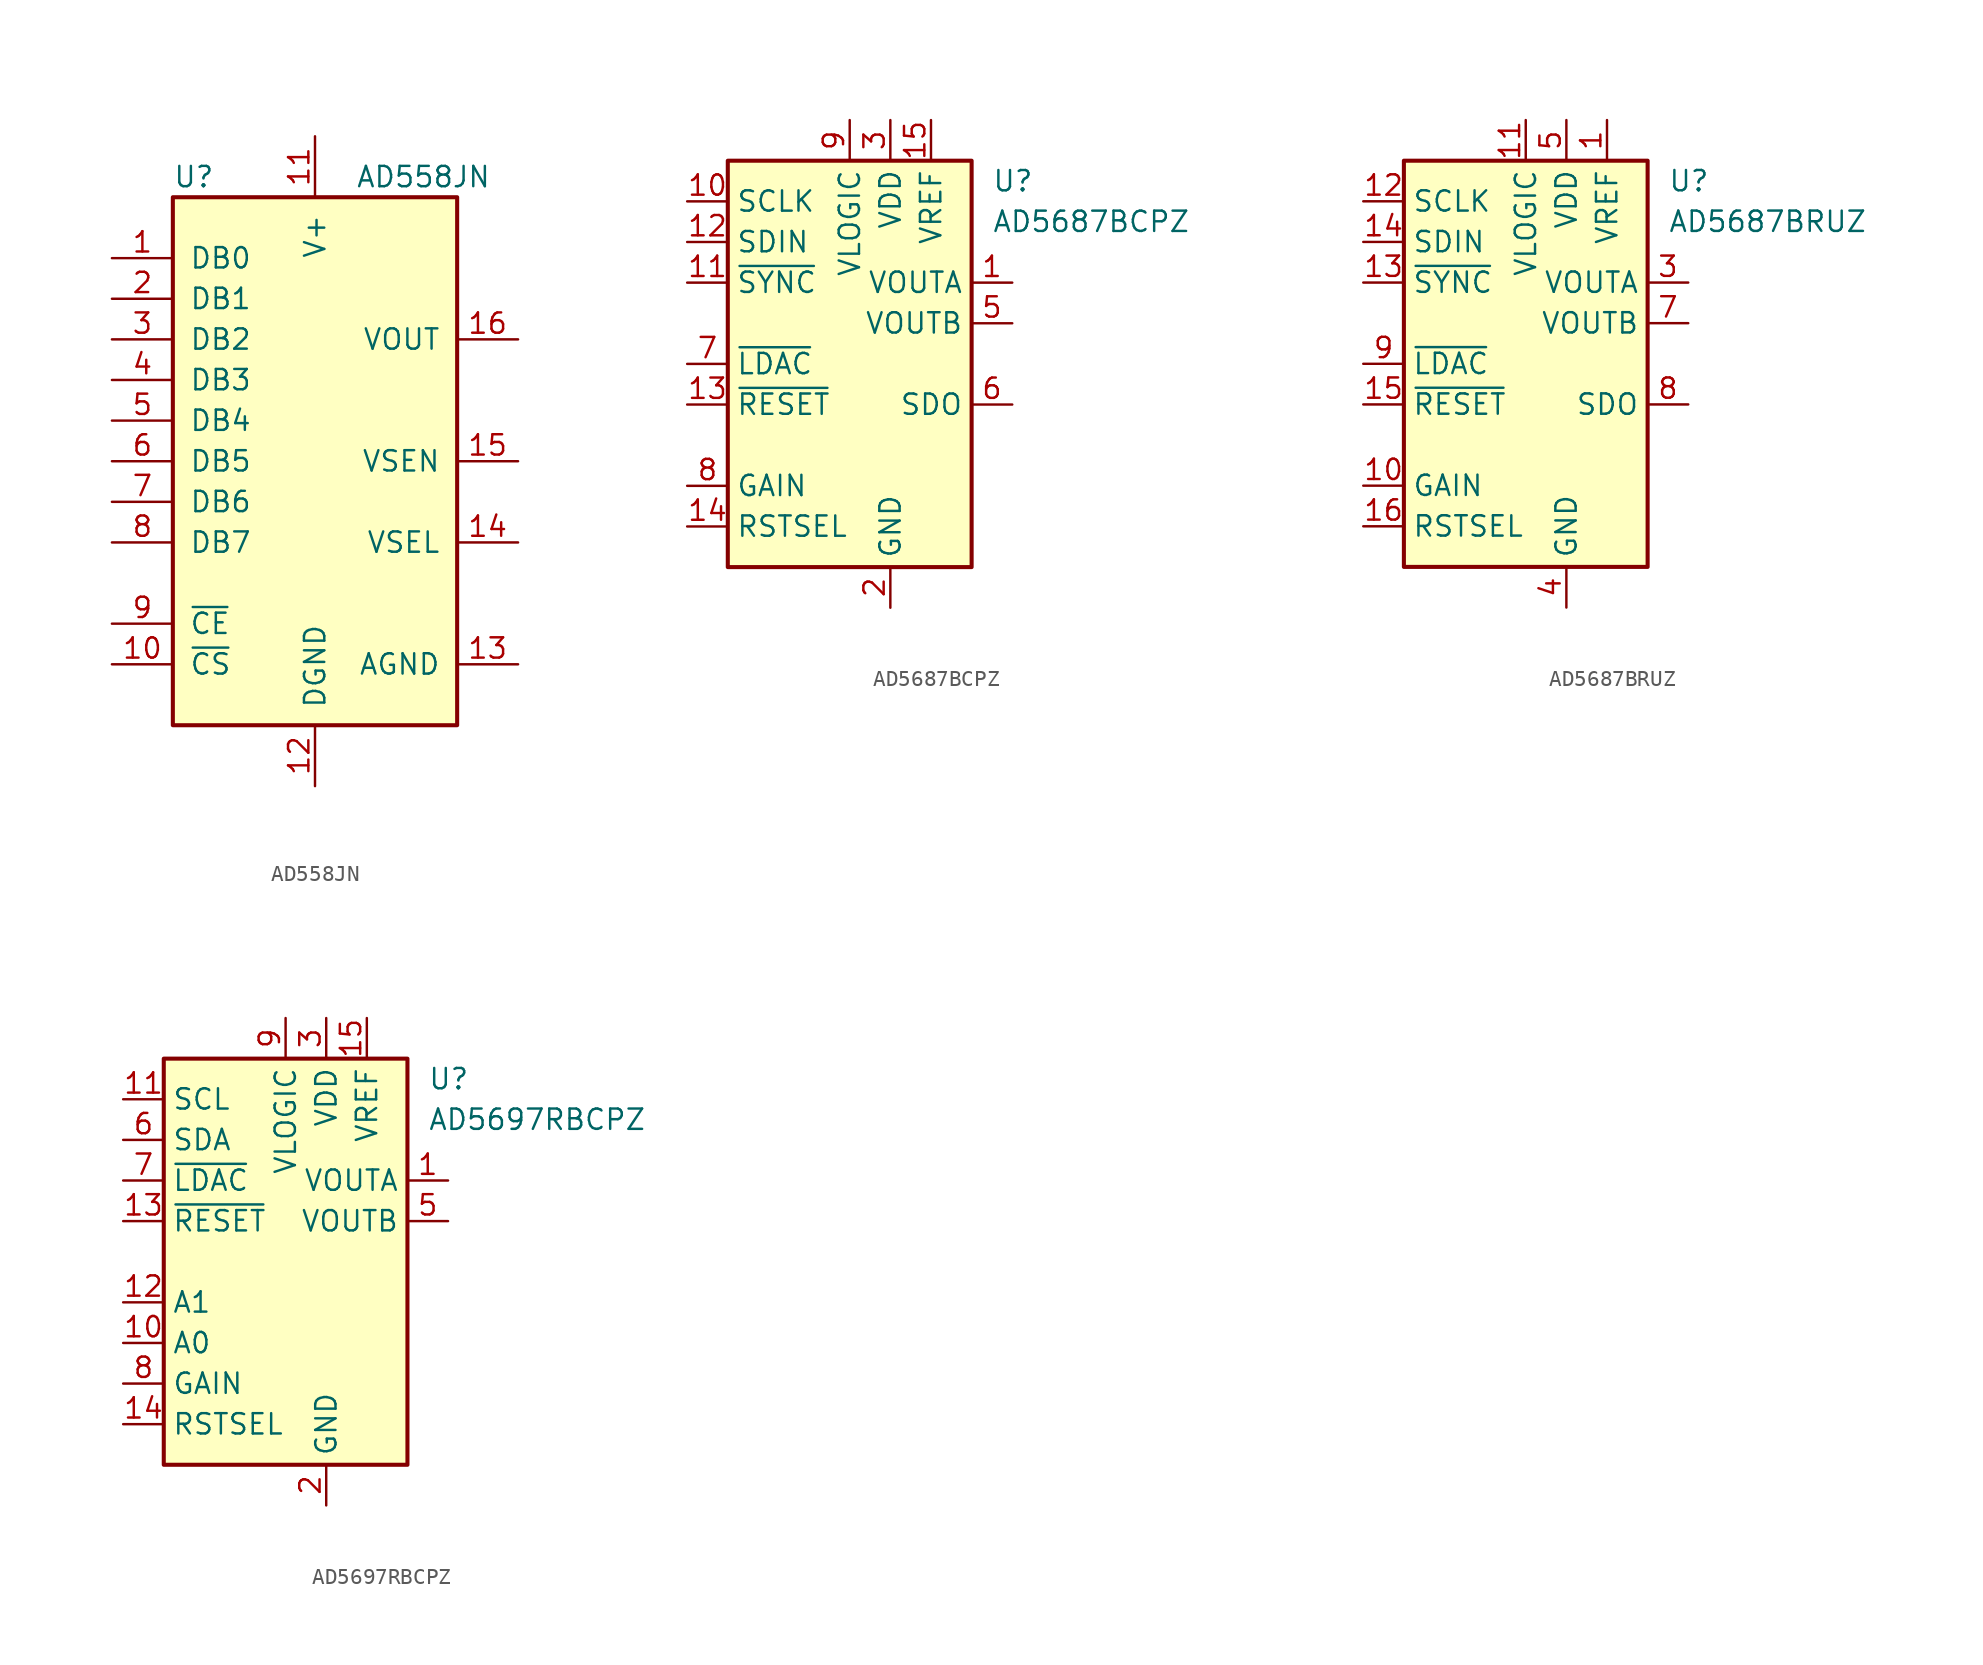
<source format=kicad_sym>
(kicad_symbol_lib
  (version 20200908)
  (generator kicad_symbol_editor)
  (symbol "Analog_DAC:AD558JN"
    (pin_names
      (offset 1.016))
    (property "Reference" "U"
      (at -8.89 17.78 0)
      (effects (font (size 1.27 1.27)) (justify left)))
    (property "Value" "AD558JN"
      (at 2.54 17.78 0)
      (effects (font (size 1.27 1.27)) (justify left)))
    (symbol "AD558JN_0_1"
      (rectangle (start -8.89 -16.51) (end 8.89 16.51) (stroke (width 0.254)) (fill (type background))))
    (symbol "AD558JN_1_1"
      (pin input line (at -12.7 12.7 0) (length 3.81) (name "DB0" (effects (font (size 1.27 1.27)))) (number "1" (effects (font (size 1.27 1.27)))))
      (pin input line (at -12.7 -12.7 0) (length 3.81) (name "~CS" (effects (font (size 1.27 1.27)))) (number "10" (effects (font (size 1.27 1.27)))))
      (pin power_in line (at 0 20.32 270) (length 3.81) (name "V+" (effects (font (size 1.27 1.27)))) (number "11" (effects (font (size 1.27 1.27)))))
      (pin power_in line (at 0 -20.32 90) (length 3.81) (name "DGND" (effects (font (size 1.27 1.27)))) (number "12" (effects (font (size 1.27 1.27)))))
      (pin power_in line (at 12.7 -12.7 180) (length 3.81) (name "AGND" (effects (font (size 1.27 1.27)))) (number "13" (effects (font (size 1.27 1.27)))))
      (pin input line (at 12.7 -5.08 180) (length 3.81) (name "VSEL" (effects (font (size 1.27 1.27)))) (number "14" (effects (font (size 1.27 1.27)))))
      (pin input line (at 12.7 0 180) (length 3.81) (name "VSEN" (effects (font (size 1.27 1.27)))) (number "15" (effects (font (size 1.27 1.27)))))
      (pin output line (at 12.7 7.62 180) (length 3.81) (name "VOUT" (effects (font (size 1.27 1.27)))) (number "16" (effects (font (size 1.27 1.27)))))
      (pin input line (at -12.7 10.16 0) (length 3.81) (name "DB1" (effects (font (size 1.27 1.27)))) (number "2" (effects (font (size 1.27 1.27)))))
      (pin input line (at -12.7 7.62 0) (length 3.81) (name "DB2" (effects (font (size 1.27 1.27)))) (number "3" (effects (font (size 1.27 1.27)))))
      (pin input line (at -12.7 5.08 0) (length 3.81) (name "DB3" (effects (font (size 1.27 1.27)))) (number "4" (effects (font (size 1.27 1.27)))))
      (pin input line (at -12.7 2.54 0) (length 3.81) (name "DB4" (effects (font (size 1.27 1.27)))) (number "5" (effects (font (size 1.27 1.27)))))
      (pin input line (at -12.7 0 0) (length 3.81) (name "DB5" (effects (font (size 1.27 1.27)))) (number "6" (effects (font (size 1.27 1.27)))))
      (pin input line (at -12.7 -2.54 0) (length 3.81) (name "DB6" (effects (font (size 1.27 1.27)))) (number "7" (effects (font (size 1.27 1.27)))))
      (pin input line (at -12.7 -5.08 0) (length 3.81) (name "DB7" (effects (font (size 1.27 1.27)))) (number "8" (effects (font (size 1.27 1.27)))))
      (pin input line (at -12.7 -10.16 0) (length 3.81) (name "~CE" (effects (font (size 1.27 1.27)))) (number "9" (effects (font (size 1.27 1.27)))))))
  (symbol "Analog_DAC:AD5687BCPZ"
    (property "Reference" "U"
      (at 8.89 11.43 0)
      (effects (font (size 1.27 1.27)) (justify left)))
    (property "Value" "AD5687BCPZ"
      (at 8.89 8.89 0)
      (effects (font (size 1.27 1.27)) (justify left)))
    (symbol "AD5687BCPZ_0_1"
      (rectangle (start -7.62 12.7) (end 7.62 -12.7) (stroke (width 0.254)) (fill (type background))))
    (symbol "AD5687BCPZ_1_1"
      (pin output line (at 10.16 5.08 180) (length 2.54) (name "VOUTA" (effects (font (size 1.27 1.27)))) (number "1" (effects (font (size 1.27 1.27)))))
      (pin input line (at -10.16 10.16 0) (length 2.54) (name "SCLK" (effects (font (size 1.27 1.27)))) (number "10" (effects (font (size 1.27 1.27)))))
      (pin input line (at -10.16 5.08 0) (length 2.54) (name "~SYNC" (effects (font (size 1.27 1.27)))) (number "11" (effects (font (size 1.27 1.27)))))
      (pin input line (at -10.16 7.62 0) (length 2.54) (name "SDIN" (effects (font (size 1.27 1.27)))) (number "12" (effects (font (size 1.27 1.27)))))
      (pin input line (at -10.16 -2.54 0) (length 2.54) (name "~RESET" (effects (font (size 1.27 1.27)))) (number "13" (effects (font (size 1.27 1.27)))))
      (pin input line (at -10.16 -10.16 0) (length 2.54) (name "RSTSEL" (effects (font (size 1.27 1.27)))) (number "14" (effects (font (size 1.27 1.27)))))
      (pin power_in line (at 5.08 15.24 270) (length 2.54) (name "VREF" (effects (font (size 1.27 1.27)))) (number "15" (effects (font (size 1.27 1.27)))))
      (pin unconnected line (at 7.62 -5.08 180) (length 2.54) hide (name "NC" (effects (font (size 1.27 1.27)))) (number "16" (effects (font (size 1.27 1.27)))))
      (pin passive line (at 2.54 -15.24 90) (length 2.54) hide (name "GND" (effects (font (size 1.27 1.27)))) (number "17" (effects (font (size 1.27 1.27)))))
      (pin power_in line (at 2.54 -15.24 90) (length 2.54) (name "GND" (effects (font (size 1.27 1.27)))) (number "2" (effects (font (size 1.27 1.27)))))
      (pin power_in line (at 2.54 15.24 270) (length 2.54) (name "VDD" (effects (font (size 1.27 1.27)))) (number "3" (effects (font (size 1.27 1.27)))))
      (pin unconnected line (at 7.62 -7.62 180) (length 2.54) hide (name "NC" (effects (font (size 1.27 1.27)))) (number "4" (effects (font (size 1.27 1.27)))))
      (pin output line (at 10.16 2.54 180) (length 2.54) (name "VOUTB" (effects (font (size 1.27 1.27)))) (number "5" (effects (font (size 1.27 1.27)))))
      (pin output line (at 10.16 -2.54 180) (length 2.54) (name "SDO" (effects (font (size 1.27 1.27)))) (number "6" (effects (font (size 1.27 1.27)))))
      (pin input line (at -10.16 0 0) (length 2.54) (name "~LDAC" (effects (font (size 1.27 1.27)))) (number "7" (effects (font (size 1.27 1.27)))))
      (pin input line (at -10.16 -7.62 0) (length 2.54) (name "GAIN" (effects (font (size 1.27 1.27)))) (number "8" (effects (font (size 1.27 1.27)))))
      (pin power_in line (at 0 15.24 270) (length 2.54) (name "VLOGIC" (effects (font (size 1.27 1.27)))) (number "9" (effects (font (size 1.27 1.27)))))))
  (symbol "Analog_DAC:AD5687BRUZ"
    (property "Reference" "U"
      (at 8.89 11.43 0)
      (effects (font (size 1.27 1.27)) (justify left)))
    (property "Value" "AD5687BRUZ"
      (at 8.89 8.89 0)
      (effects (font (size 1.27 1.27)) (justify left)))
    (symbol "AD5687BRUZ_0_1"
      (rectangle (start -7.62 12.7) (end 7.62 -12.7) (stroke (width 0.254)) (fill (type background))))
    (symbol "AD5687BRUZ_1_1"
      (pin power_in line (at 5.08 15.24 270) (length 2.54) (name "VREF" (effects (font (size 1.27 1.27)))) (number "1" (effects (font (size 1.27 1.27)))))
      (pin input line (at -10.16 -7.62 0) (length 2.54) (name "GAIN" (effects (font (size 1.27 1.27)))) (number "10" (effects (font (size 1.27 1.27)))))
      (pin power_in line (at 0 15.24 270) (length 2.54) (name "VLOGIC" (effects (font (size 1.27 1.27)))) (number "11" (effects (font (size 1.27 1.27)))))
      (pin input line (at -10.16 10.16 0) (length 2.54) (name "SCLK" (effects (font (size 1.27 1.27)))) (number "12" (effects (font (size 1.27 1.27)))))
      (pin input line (at -10.16 5.08 0) (length 2.54) (name "~SYNC" (effects (font (size 1.27 1.27)))) (number "13" (effects (font (size 1.27 1.27)))))
      (pin input line (at -10.16 7.62 0) (length 2.54) (name "SDIN" (effects (font (size 1.27 1.27)))) (number "14" (effects (font (size 1.27 1.27)))))
      (pin input line (at -10.16 -2.54 0) (length 2.54) (name "~RESET" (effects (font (size 1.27 1.27)))) (number "15" (effects (font (size 1.27 1.27)))))
      (pin input line (at -10.16 -10.16 0) (length 2.54) (name "RSTSEL" (effects (font (size 1.27 1.27)))) (number "16" (effects (font (size 1.27 1.27)))))
      (pin unconnected line (at 7.62 -5.08 180) (length 2.54) hide (name "NC" (effects (font (size 1.27 1.27)))) (number "2" (effects (font (size 1.27 1.27)))))
      (pin output line (at 10.16 5.08 180) (length 2.54) (name "VOUTA" (effects (font (size 1.27 1.27)))) (number "3" (effects (font (size 1.27 1.27)))))
      (pin power_in line (at 2.54 -15.24 90) (length 2.54) (name "GND" (effects (font (size 1.27 1.27)))) (number "4" (effects (font (size 1.27 1.27)))))
      (pin power_in line (at 2.54 15.24 270) (length 2.54) (name "VDD" (effects (font (size 1.27 1.27)))) (number "5" (effects (font (size 1.27 1.27)))))
      (pin unconnected line (at 7.62 -7.62 180) (length 2.54) hide (name "NC" (effects (font (size 1.27 1.27)))) (number "6" (effects (font (size 1.27 1.27)))))
      (pin output line (at 10.16 2.54 180) (length 2.54) (name "VOUTB" (effects (font (size 1.27 1.27)))) (number "7" (effects (font (size 1.27 1.27)))))
      (pin output line (at 10.16 -2.54 180) (length 2.54) (name "SDO" (effects (font (size 1.27 1.27)))) (number "8" (effects (font (size 1.27 1.27)))))
      (pin input line (at -10.16 0 0) (length 2.54) (name "~LDAC" (effects (font (size 1.27 1.27)))) (number "9" (effects (font (size 1.27 1.27)))))))
  (symbol "Analog_DAC:AD5697RBCPZ"
    (property "Reference" "U"
      (at 8.89 11.43 0)
      (effects (font (size 1.27 1.27)) (justify left)))
    (property "Value" "AD5697RBCPZ"
      (at 8.89 8.89 0)
      (effects (font (size 1.27 1.27)) (justify left)))
    (symbol "AD5697RBCPZ_0_1"
      (rectangle (start -7.62 12.7) (end 7.62 -12.7) (stroke (width 0.254)) (fill (type background))))
    (symbol "AD5697RBCPZ_1_1"
      (pin output line (at 10.16 5.08 180) (length 2.54) (name "VOUTA" (effects (font (size 1.27 1.27)))) (number "1" (effects (font (size 1.27 1.27)))))
      (pin input line (at -10.16 -5.08 0) (length 2.54) (name "A0" (effects (font (size 1.27 1.27)))) (number "10" (effects (font (size 1.27 1.27)))))
      (pin input line (at -10.16 10.16 0) (length 2.54) (name "SCL" (effects (font (size 1.27 1.27)))) (number "11" (effects (font (size 1.27 1.27)))))
      (pin input line (at -10.16 -2.54 0) (length 2.54) (name "A1" (effects (font (size 1.27 1.27)))) (number "12" (effects (font (size 1.27 1.27)))))
      (pin input line (at -10.16 2.54 0) (length 2.54) (name "~RESET" (effects (font (size 1.27 1.27)))) (number "13" (effects (font (size 1.27 1.27)))))
      (pin input line (at -10.16 -10.16 0) (length 2.54) (name "RSTSEL" (effects (font (size 1.27 1.27)))) (number "14" (effects (font (size 1.27 1.27)))))
      (pin power_in line (at 5.08 15.24 270) (length 2.54) (name "VREF" (effects (font (size 1.27 1.27)))) (number "15" (effects (font (size 1.27 1.27)))))
      (pin unconnected line (at 7.62 -5.08 180) (length 2.54) hide (name "NC" (effects (font (size 1.27 1.27)))) (number "16" (effects (font (size 1.27 1.27)))))
      (pin passive line (at 2.54 -15.24 90) (length 2.54) hide (name "GND" (effects (font (size 1.27 1.27)))) (number "17" (effects (font (size 1.27 1.27)))))
      (pin power_in line (at 2.54 -15.24 90) (length 2.54) (name "GND" (effects (font (size 1.27 1.27)))) (number "2" (effects (font (size 1.27 1.27)))))
      (pin power_in line (at 2.54 15.24 270) (length 2.54) (name "VDD" (effects (font (size 1.27 1.27)))) (number "3" (effects (font (size 1.27 1.27)))))
      (pin unconnected line (at 7.62 -7.62 180) (length 2.54) hide (name "NC" (effects (font (size 1.27 1.27)))) (number "4" (effects (font (size 1.27 1.27)))))
      (pin output line (at 10.16 2.54 180) (length 2.54) (name "VOUTB" (effects (font (size 1.27 1.27)))) (number "5" (effects (font (size 1.27 1.27)))))
      (pin bidirectional line (at -10.16 7.62 0) (length 2.54) (name "SDA" (effects (font (size 1.27 1.27)))) (number "6" (effects (font (size 1.27 1.27)))))
      (pin input line (at -10.16 5.08 0) (length 2.54) (name "~LDAC" (effects (font (size 1.27 1.27)))) (number "7" (effects (font (size 1.27 1.27)))))
      (pin input line (at -10.16 -7.62 0) (length 2.54) (name "GAIN" (effects (font (size 1.27 1.27)))) (number "8" (effects (font (size 1.27 1.27)))))
      (pin power_in line (at 0 15.24 270) (length 2.54) (name "VLOGIC" (effects (font (size 1.27 1.27)))) (number "9" (effects (font (size 1.27 1.27))))))))
</source>
